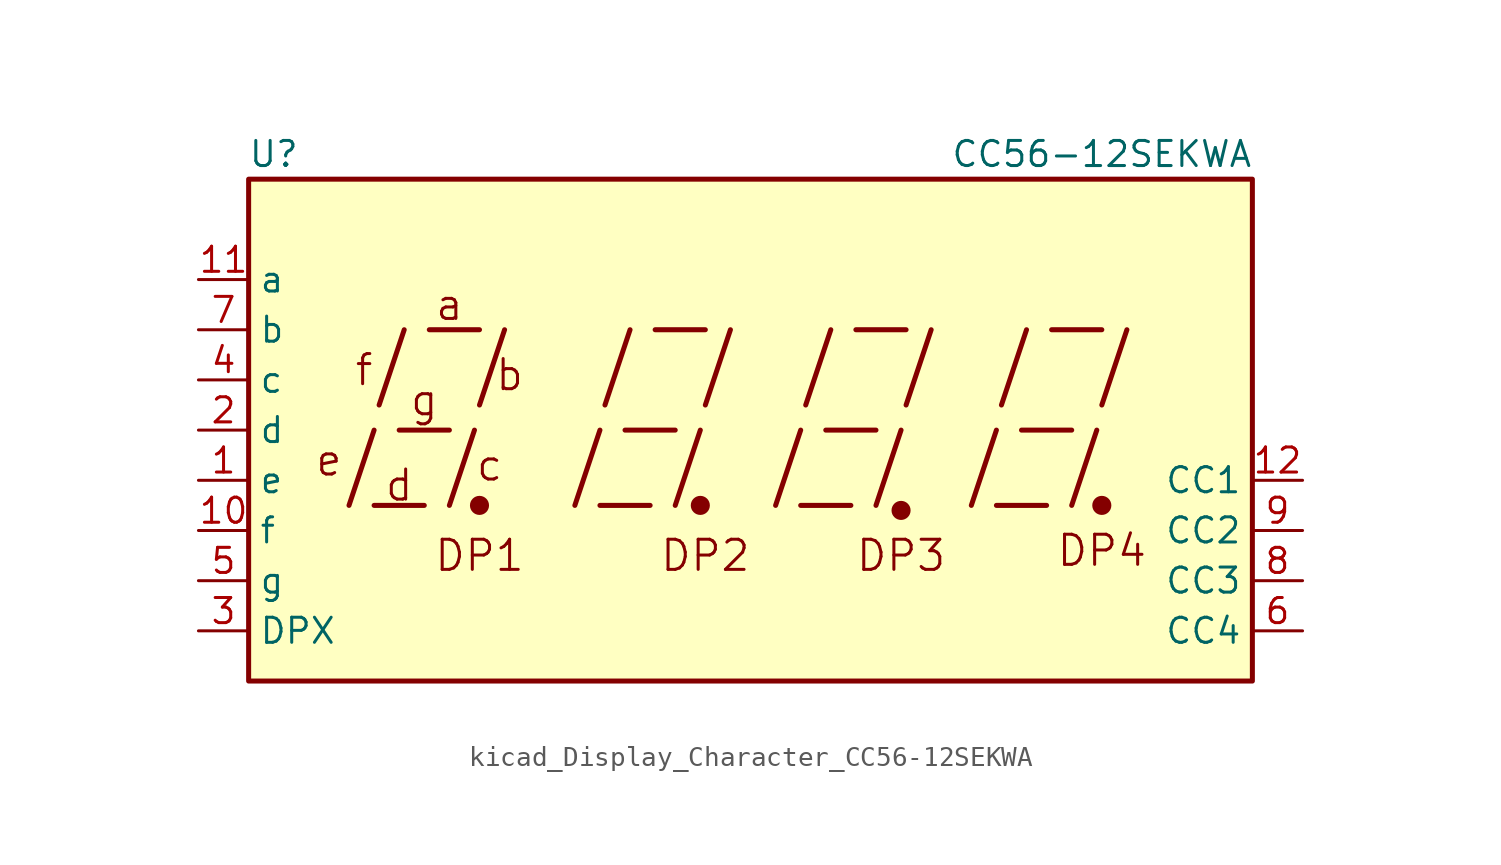
<source format=kicad_sym>
(kicad_symbol_lib
  (version 20220914)
  (generator kicad_symbol_editor)
  (symbol "kicad_Display_Character_CC56-12SEKWA"
    (property "Reference" "U"
      (at -24.13 13.97 0)
      (effects (font (size 1.27 1.27))))
    (property "Value" "CC56-12SEKWA"
      (at 17.78 13.97 0)
      (effects (font (size 1.27 1.27))))
    (symbol "kicad_Display_Character_CC56-12SEKWA_0_0"
      (rectangle (start -25.4 12.7) (end 25.4 -12.7) (stroke (width 0.254) (type default)) (fill (type background)))
      (polyline (pts (xy -20.32 -3.81) (xy -19.05 0)) (stroke (width 0.254) (type default)) (fill (type none)))
      (polyline (pts (xy -19.05 -3.81) (xy -16.51 -3.81)) (stroke (width 0.254) (type default)) (fill (type none)))
      (polyline (pts (xy -18.796 1.27) (xy -17.526 5.08)) (stroke (width 0.254) (type default)) (fill (type none)))
      (polyline (pts (xy -17.78 0) (xy -15.24 0)) (stroke (width 0.254) (type default)) (fill (type none)))
      (polyline (pts (xy -16.256 5.08) (xy -13.716 5.08)) (stroke (width 0.254) (type default)) (fill (type none)))
      (polyline (pts (xy -15.24 -3.81) (xy -13.97 0)) (stroke (width 0.254) (type default)) (fill (type none)))
      (polyline (pts (xy -13.716 1.27) (xy -12.446 5.08)) (stroke (width 0.254) (type default)) (fill (type none)))
      (polyline (pts (xy -8.89 -3.81) (xy -7.62 0)) (stroke (width 0.254) (type default)) (fill (type none)))
      (polyline (pts (xy -7.62 -3.81) (xy -5.08 -3.81)) (stroke (width 0.254) (type default)) (fill (type none)))
      (polyline (pts (xy -7.366 1.27) (xy -6.096 5.08)) (stroke (width 0.254) (type default)) (fill (type none)))
      (polyline (pts (xy -6.35 0) (xy -3.81 0)) (stroke (width 0.254) (type default)) (fill (type none)))
      (polyline (pts (xy -4.826 5.08) (xy -2.286 5.08)) (stroke (width 0.254) (type default)) (fill (type none)))
      (polyline (pts (xy -3.81 -3.81) (xy -2.54 0)) (stroke (width 0.254) (type default)) (fill (type none)))
      (polyline (pts (xy -2.286 1.27) (xy -1.016 5.08)) (stroke (width 0.254) (type default)) (fill (type none)))
      (polyline (pts (xy 1.27 -3.81) (xy 2.54 0)) (stroke (width 0.254) (type default)) (fill (type none)))
      (polyline (pts (xy 2.54 -3.81) (xy 5.08 -3.81)) (stroke (width 0.254) (type default)) (fill (type none)))
      (polyline (pts (xy 2.794 1.27) (xy 4.064 5.08)) (stroke (width 0.254) (type default)) (fill (type none)))
      (polyline (pts (xy 3.81 0) (xy 6.35 0)) (stroke (width 0.254) (type default)) (fill (type none)))
      (polyline (pts (xy 5.334 5.08) (xy 7.874 5.08)) (stroke (width 0.254) (type default)) (fill (type none)))
      (polyline (pts (xy 6.35 -3.81) (xy 7.62 0)) (stroke (width 0.254) (type default)) (fill (type none)))
      (polyline (pts (xy 7.874 1.27) (xy 9.144 5.08)) (stroke (width 0.254) (type default)) (fill (type none)))
      (polyline (pts (xy 11.176 -3.81) (xy 12.446 0)) (stroke (width 0.254) (type default)) (fill (type none)))
      (polyline (pts (xy 12.446 -3.81) (xy 14.986 -3.81)) (stroke (width 0.254) (type default)) (fill (type none)))
      (polyline (pts (xy 12.7 1.27) (xy 13.97 5.08)) (stroke (width 0.254) (type default)) (fill (type none)))
      (polyline (pts (xy 13.716 0) (xy 16.256 0)) (stroke (width 0.254) (type default)) (fill (type none)))
      (polyline (pts (xy 15.24 5.08) (xy 17.78 5.08)) (stroke (width 0.254) (type default)) (fill (type none)))
      (polyline (pts (xy 16.256 -3.81) (xy 17.526 0)) (stroke (width 0.254) (type default)) (fill (type none)))
      (polyline (pts (xy 17.78 1.27) (xy 19.05 5.08)) (stroke (width 0.254) (type default)) (fill (type none)))
      (text "a" (at -15.24 6.35 0) (effects (font (size 1.524 1.524))))
      (text "b" (at -12.192 2.794 0) (effects (font (size 1.524 1.524))))
      (text "c" (at -13.208 -1.778 0) (effects (font (size 1.524 1.524))))
      (text "d" (at -17.78 -2.794 0) (effects (font (size 1.524 1.524))))
      (text "DP1" (at -13.716 -6.35 0) (effects (font (size 1.524 1.524))))
      (text "DP2" (at -2.286 -6.35 0) (effects (font (size 1.524 1.524))))
      (text "DP3" (at 7.62 -6.35 0) (effects (font (size 1.524 1.524))))
      (text "DP4" (at 17.78 -6.096 0) (effects (font (size 1.524 1.524))))
      (text "e" (at -21.336 -1.524 0) (effects (font (size 1.524 1.524))))
      (text "f" (at -19.558 3.048 0) (effects (font (size 1.524 1.524))))
      (text "g" (at -16.51 1.524 0) (effects (font (size 1.524 1.524)))))
    (symbol "kicad_Display_Character_CC56-12SEKWA_0_1"
      (circle (center -13.716 -3.81) (radius 0.356) (stroke (width 0.254) (type default)) (fill (type outline)))
      (circle (center -2.54 -3.81) (radius 0.356) (stroke (width 0.254) (type default)) (fill (type outline))))
    (symbol "kicad_Display_Character_CC56-12SEKWA_1_0"
      (circle (center 7.62 -4.064) (radius 0.356) (stroke (width 0.254) (type default)) (fill (type outline)))
      (circle (center 17.78 -3.81) (radius 0.356) (stroke (width 0.254) (type default)) (fill (type outline))))
    (symbol "kicad_Display_Character_CC56-12SEKWA_1_1"
      (pin input line (at -27.94 -2.54 0) (length 2.54) (name "e" (effects (font (size 1.27 1.27)))) (number "1" (effects (font (size 1.27 1.27)))))
      (pin input line (at -27.94 -5.08 0) (length 2.54) (name "f" (effects (font (size 1.27 1.27)))) (number "10" (effects (font (size 1.27 1.27)))))
      (pin input line (at -27.94 7.62 0) (length 2.54) (name "a" (effects (font (size 1.27 1.27)))) (number "11" (effects (font (size 1.27 1.27)))))
      (pin input line (at 27.94 -2.54 180) (length 2.54) (name "CC1" (effects (font (size 1.27 1.27)))) (number "12" (effects (font (size 1.27 1.27)))))
      (pin input line (at -27.94 0 0) (length 2.54) (name "d" (effects (font (size 1.27 1.27)))) (number "2" (effects (font (size 1.27 1.27)))))
      (pin input line (at -27.94 -10.16 0) (length 2.54) (name "DPX" (effects (font (size 1.27 1.27)))) (number "3" (effects (font (size 1.27 1.27)))))
      (pin input line (at -27.94 2.54 0) (length 2.54) (name "c" (effects (font (size 1.27 1.27)))) (number "4" (effects (font (size 1.27 1.27)))))
      (pin input line (at -27.94 -7.62 0) (length 2.54) (name "g" (effects (font (size 1.27 1.27)))) (number "5" (effects (font (size 1.27 1.27)))))
      (pin input line (at 27.94 -10.16 180) (length 2.54) (name "CC4" (effects (font (size 1.27 1.27)))) (number "6" (effects (font (size 1.27 1.27)))))
      (pin input line (at -27.94 5.08 0) (length 2.54) (name "b" (effects (font (size 1.27 1.27)))) (number "7" (effects (font (size 1.27 1.27)))))
      (pin input line (at 27.94 -7.62 180) (length 2.54) (name "CC3" (effects (font (size 1.27 1.27)))) (number "8" (effects (font (size 1.27 1.27)))))
      (pin input line (at 27.94 -5.08 180) (length 2.54) (name "CC2" (effects (font (size 1.27 1.27)))) (number "9" (effects (font (size 1.27 1.27))))))))
</source>
